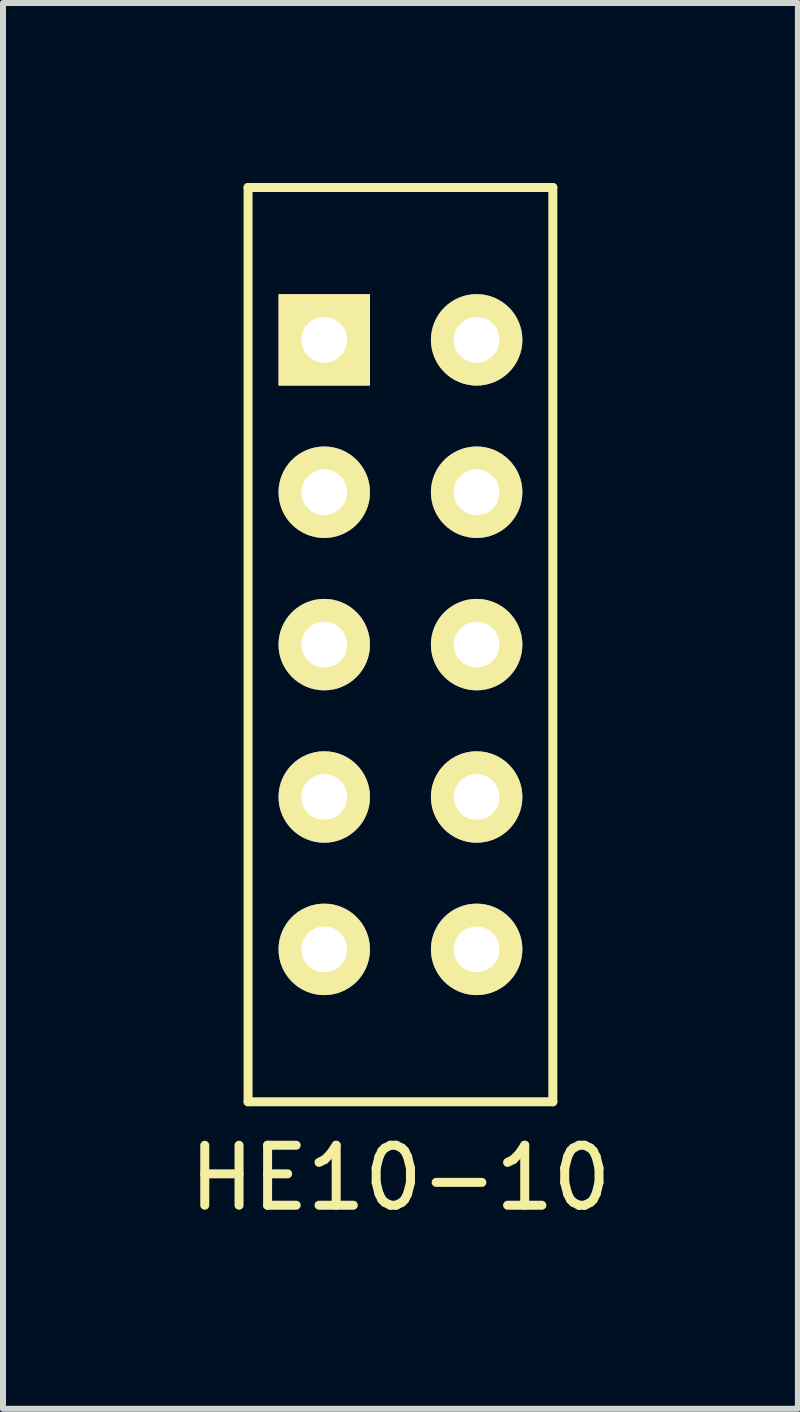
<source format=kicad_pcb>
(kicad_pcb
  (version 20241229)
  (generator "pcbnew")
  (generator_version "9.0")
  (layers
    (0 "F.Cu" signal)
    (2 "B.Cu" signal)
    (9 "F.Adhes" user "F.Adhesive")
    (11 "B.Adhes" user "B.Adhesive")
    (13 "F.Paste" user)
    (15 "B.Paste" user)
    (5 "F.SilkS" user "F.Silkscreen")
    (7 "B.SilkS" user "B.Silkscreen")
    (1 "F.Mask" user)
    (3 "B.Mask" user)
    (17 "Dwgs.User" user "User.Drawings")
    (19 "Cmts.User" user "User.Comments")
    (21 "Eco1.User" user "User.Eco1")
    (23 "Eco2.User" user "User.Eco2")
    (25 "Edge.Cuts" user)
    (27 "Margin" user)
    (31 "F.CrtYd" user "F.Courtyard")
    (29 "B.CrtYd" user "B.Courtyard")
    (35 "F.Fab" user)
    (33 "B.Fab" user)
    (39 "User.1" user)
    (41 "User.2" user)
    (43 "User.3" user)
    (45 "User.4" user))
  (footprint "HE10-10"
    (layer "F.Cu")
    (at 3.625 7.695)
    (property "Reference" "HE10-10" (at 0 8.89 0) (layer "F.SilkS") (effects (font (size 1 1) (thickness 0.15))))
    (attr through_hole)
    (fp_line (start -2.54 -7.62) (end 2.54 -7.62) (stroke (width 0.15) (type solid)) (layer "F.SilkS"))
    (fp_line (start -2.54 7.62) (end -2.54 -7.62) (stroke (width 0.15) (type solid)) (layer "F.SilkS"))
    (fp_line (start 2.54 -7.62) (end 2.54 7.62) (stroke (width 0.15) (type solid)) (layer "F.SilkS"))
    (fp_line (start 2.54 7.62) (end -2.54 7.62) (stroke (width 0.15) (type solid)) (layer "F.SilkS"))
    (pad "1" thru_hole rect (at -1.27 -5.08) (size 1.524 1.524) (drill 0.762) (layers "*.Cu" "*.Mask" "F.SilkS"))
    (pad "2" thru_hole circle (at 1.27 -5.08) (size 1.524 1.524) (drill 0.762) (layers "*.Cu" "*.Mask" "F.SilkS"))
    (pad "3" thru_hole circle (at -1.27 -2.54) (size 1.524 1.524) (drill 0.762) (layers "*.Cu" "*.Mask" "F.SilkS"))
    (pad "4" thru_hole circle (at 1.27 -2.54) (size 1.524 1.524) (drill 0.762) (layers "*.Cu" "*.Mask" "F.SilkS"))
    (pad "5" thru_hole circle (at -1.27 0) (size 1.524 1.524) (drill 0.762) (layers "*.Cu" "*.Mask" "F.SilkS"))
    (pad "6" thru_hole circle (at 1.27 0) (size 1.524 1.524) (drill 0.762) (layers "*.Cu" "*.Mask" "F.SilkS"))
    (pad "7" thru_hole circle (at -1.27 2.54) (size 1.524 1.524) (drill 0.762) (layers "*.Cu" "*.Mask" "F.SilkS"))
    (pad "8" thru_hole circle (at 1.27 2.54) (size 1.524 1.524) (drill 0.762) (layers "*.Cu" "*.Mask" "F.SilkS"))
    (pad "9" thru_hole circle (at -1.27 5.08) (size 1.524 1.524) (drill 0.762) (layers "*.Cu" "*.Mask" "F.SilkS"))
    (pad "10" thru_hole circle (at 1.27 5.08) (size 1.524 1.524) (drill 0.762) (layers "*.Cu" "*.Mask" "F.SilkS")))
  (gr_rect
    (start -3 -3)
    (end 10.25 20.433)
    (stroke (width 0.1) (type default))
    (fill no)
    (layer "Edge.Cuts")))
</source>
